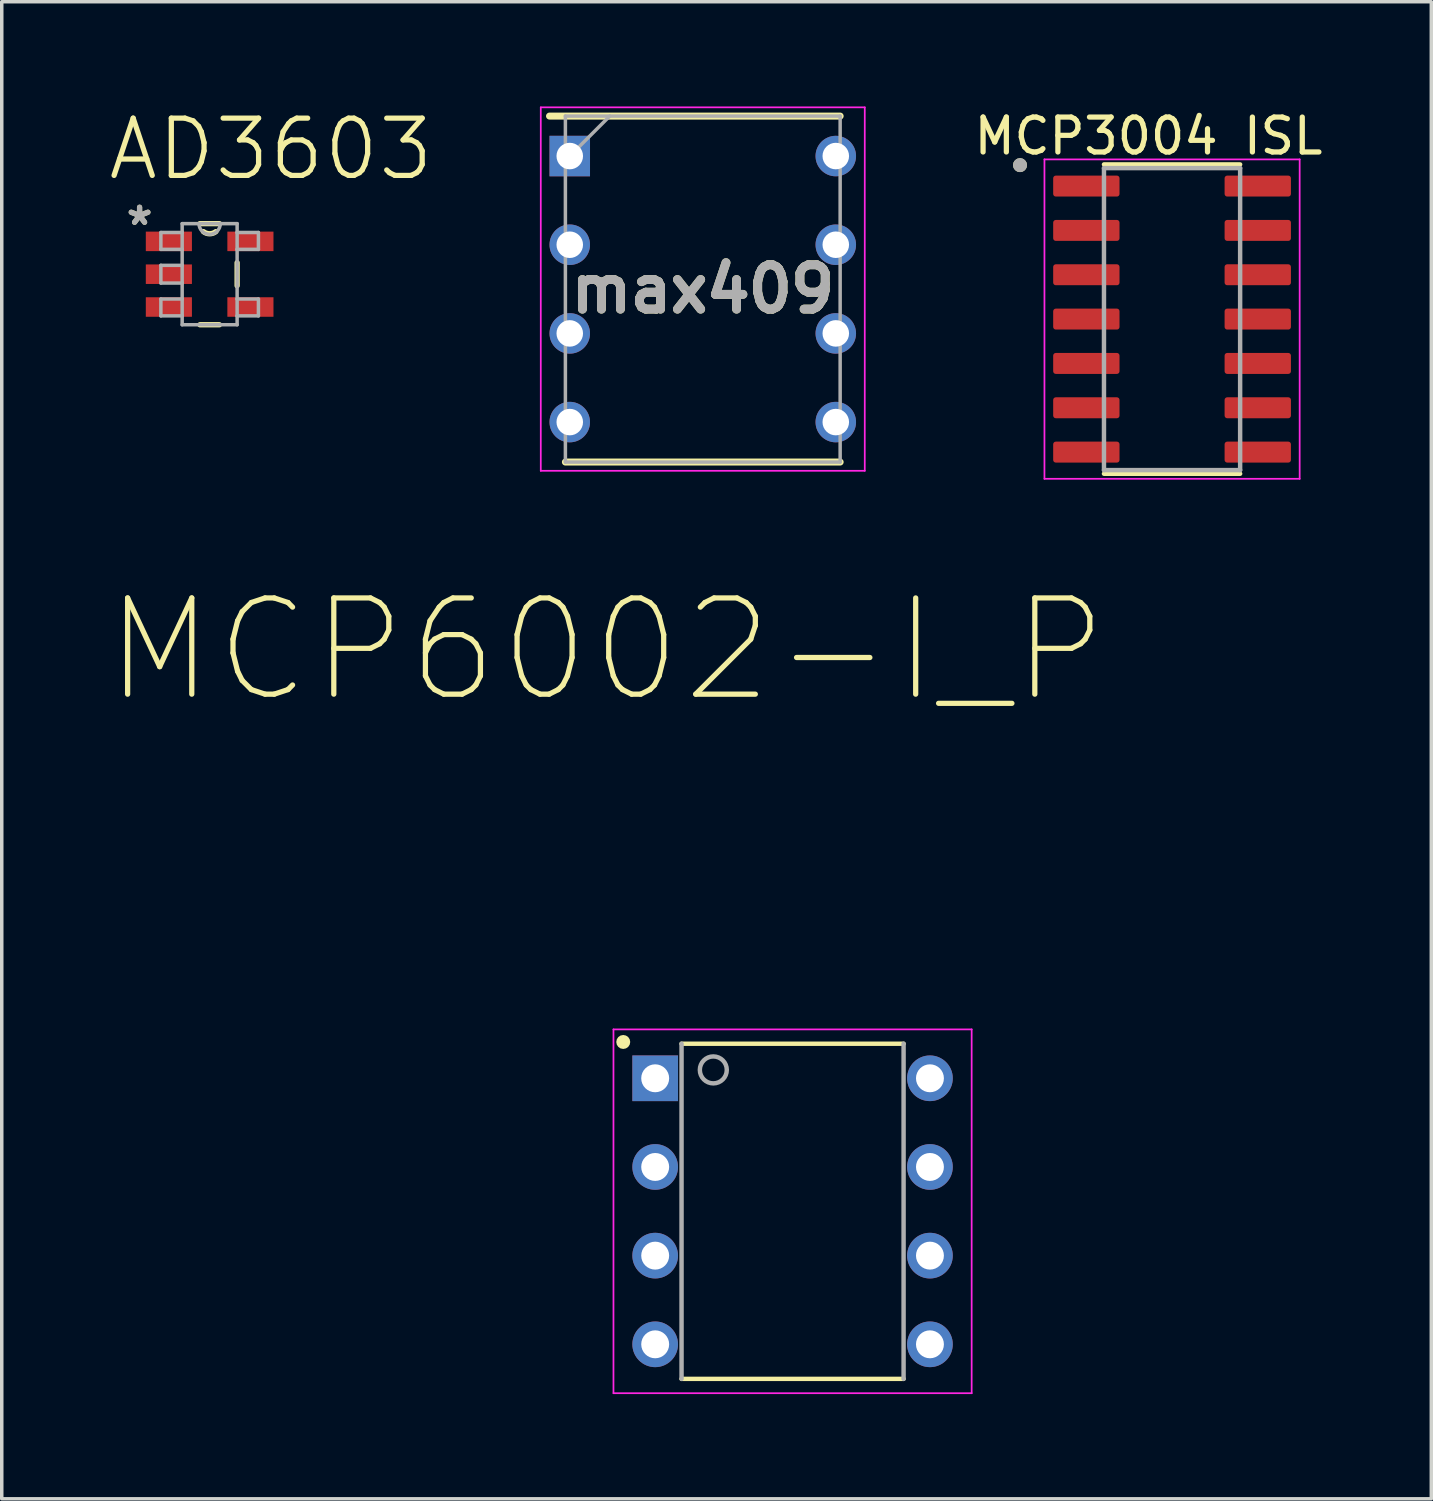
<source format=kicad_pcb>
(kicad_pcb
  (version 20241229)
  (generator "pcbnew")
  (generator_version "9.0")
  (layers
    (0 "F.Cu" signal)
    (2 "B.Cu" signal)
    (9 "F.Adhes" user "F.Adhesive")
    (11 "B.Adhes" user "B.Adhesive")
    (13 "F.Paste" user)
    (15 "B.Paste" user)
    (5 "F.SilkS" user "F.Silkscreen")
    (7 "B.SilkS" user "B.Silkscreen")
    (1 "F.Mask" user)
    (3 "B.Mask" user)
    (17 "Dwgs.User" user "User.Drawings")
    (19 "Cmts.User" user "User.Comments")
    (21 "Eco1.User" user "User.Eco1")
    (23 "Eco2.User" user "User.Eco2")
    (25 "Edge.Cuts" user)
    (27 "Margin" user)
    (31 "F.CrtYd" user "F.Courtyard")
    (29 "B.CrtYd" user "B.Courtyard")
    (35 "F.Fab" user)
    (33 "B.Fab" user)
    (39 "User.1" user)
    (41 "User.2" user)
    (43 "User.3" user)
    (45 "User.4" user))
  (footprint "max409"
    (layer "F.Cu")
    (at 17.08 5.23)
    (property "Reference" "max409" (at 0 0 0) (layer "F.SilkS") (effects (font (size 1.27 1.27) (thickness 0.254))))
    (attr through_hole)
    (fp_line (start -4.39 -4.955) (end 3.935 -4.955) (stroke (width 0.2) (type solid)) (layer "F.SilkS"))
    (fp_line (start -3.935 4.955) (end 3.935 4.955) (stroke (width 0.2) (type solid)) (layer "F.SilkS"))
    (fp_line (start -4.64 -5.205) (end 4.64 -5.205) (stroke (width 0.05) (type solid)) (layer "F.CrtYd"))
    (fp_line (start -4.64 5.205) (end -4.64 -5.205) (stroke (width 0.05) (type solid)) (layer "F.CrtYd"))
    (fp_line (start 4.64 -5.205) (end 4.64 5.205) (stroke (width 0.05) (type solid)) (layer "F.CrtYd"))
    (fp_line (start 4.64 5.205) (end -4.64 5.205) (stroke (width 0.05) (type solid)) (layer "F.CrtYd"))
    (fp_line (start -3.935 -4.955) (end 3.935 -4.955) (stroke (width 0.1) (type solid)) (layer "F.Fab"))
    (fp_line (start -3.935 -3.685) (end -2.665 -4.955) (stroke (width 0.1) (type solid)) (layer "F.Fab"))
    (fp_line (start -3.935 4.955) (end -3.935 -4.955) (stroke (width 0.1) (type solid)) (layer "F.Fab"))
    (fp_line (start 3.935 -4.955) (end 3.935 4.955) (stroke (width 0.1) (type solid)) (layer "F.Fab"))
    (fp_line (start 3.935 4.955) (end -3.935 4.955) (stroke (width 0.1) (type solid)) (layer "F.Fab"))
    (fp_text user "${REFERENCE}" (at 0 0 0) (layer "F.Fab") (effects (font (size 1.27 1.27) (thickness 0.254))))
    (pad "1" thru_hole rect (at -3.81 -3.81) (size 1.16 1.16) (drill 0.76) (layers "*.Cu" "*.Mask"))
    (pad "2" thru_hole circle (at -3.81 -1.27) (size 1.16 1.16) (drill 0.76) (layers "*.Cu" "*.Mask"))
    (pad "3" thru_hole circle (at -3.81 1.27) (size 1.16 1.16) (drill 0.76) (layers "*.Cu" "*.Mask"))
    (pad "4" thru_hole circle (at -3.81 3.81) (size 1.16 1.16) (drill 0.76) (layers "*.Cu" "*.Mask"))
    (pad "5" thru_hole circle (at 3.81 3.81) (size 1.16 1.16) (drill 0.76) (layers "*.Cu" "*.Mask"))
    (pad "6" thru_hole circle (at 3.81 1.27) (size 1.16 1.16) (drill 0.76) (layers "*.Cu" "*.Mask"))
    (pad "7" thru_hole circle (at 3.81 -1.27) (size 1.16 1.16) (drill 0.76) (layers "*.Cu" "*.Mask"))
    (pad "8" thru_hole circle (at 3.81 -3.81) (size 1.16 1.16) (drill 0.76) (layers "*.Cu" "*.Mask")))
  (footprint "MCP6002-I_P"
    (layer "F.Cu")
    (at 19.652 31.646)
    (property "Reference" "MCP6002-I_P" (at -5.332 -16.08 0) (layer "F.SilkS") (effects (font (size 2.756 2.756) (thickness 0.15))))
    (attr through_hole)
    (fp_line (start -3.18 -4.8) (end 3.18 -4.8) (stroke (width 0.127) (type solid)) (layer "F.SilkS"))
    (fp_line (start 3.18 4.8) (end -3.18 4.8) (stroke (width 0.127) (type solid)) (layer "F.SilkS"))
    (fp_circle (center -4.85 -4.85) (end -4.75 -4.85) (stroke (width 0.2) (type solid)) (fill no) (layer "F.SilkS"))
    (fp_line (start -5.13 -5.21) (end -5.13 5.21) (stroke (width 0.05) (type solid)) (layer "F.CrtYd"))
    (fp_line (start -5.13 5.21) (end 5.13 5.21) (stroke (width 0.05) (type solid)) (layer "F.CrtYd"))
    (fp_line (start 5.13 -5.21) (end -5.13 -5.21) (stroke (width 0.05) (type solid)) (layer "F.CrtYd"))
    (fp_line (start 5.13 5.21) (end 5.13 -5.21) (stroke (width 0.05) (type solid)) (layer "F.CrtYd"))
    (fp_line (start -3.18 4.8) (end -3.18 -4.8) (stroke (width 0.127) (type solid)) (layer "F.Fab"))
    (fp_line (start 3.18 -4.8) (end 3.18 4.8) (stroke (width 0.127) (type solid)) (layer "F.Fab"))
    (fp_circle (center -2.27 -4.05) (end -1.884 -4.05) (stroke (width 0.127) (type solid)) (fill no) (layer "F.Fab"))
    (pad "1" thru_hole rect (at -3.935 -3.81) (size 1.308 1.308) (drill 0.8) (layers "*.Cu" "*.Mask"))
    (pad "2" thru_hole circle (at -3.935 -1.27) (size 1.308 1.308) (drill 0.8) (layers "*.Cu" "*.Mask"))
    (pad "3" thru_hole circle (at -3.935 1.27) (size 1.308 1.308) (drill 0.8) (layers "*.Cu" "*.Mask"))
    (pad "4" thru_hole circle (at -3.935 3.81) (size 1.308 1.308) (drill 0.8) (layers "*.Cu" "*.Mask"))
    (pad "5" thru_hole circle (at 3.935 3.81) (size 1.308 1.308) (drill 0.8) (layers "*.Cu" "*.Mask"))
    (pad "6" thru_hole circle (at 3.935 1.27) (size 1.308 1.308) (drill 0.8) (layers "*.Cu" "*.Mask"))
    (pad "7" thru_hole circle (at 3.935 -1.27) (size 1.308 1.308) (drill 0.8) (layers "*.Cu" "*.Mask"))
    (pad "8" thru_hole circle (at 3.935 -3.81) (size 1.308 1.308) (drill 0.8) (layers "*.Cu" "*.Mask")))
  (footprint "MCP3004 ISL"
    (layer "F.Cu")
    (at 30.522 6.09)
    (property "Reference" "MCP3004 ISL" (at -0.675 -5.242 0) (layer "F.SilkS") (effects (font (size 1 1) (thickness 0.15))))
    (attr smd)
    (fp_line (start -1.95 -4.43) (end 1.95 -4.43) (stroke (width 0.127) (type solid)) (layer "F.SilkS"))
    (fp_line (start -1.95 4.43) (end 1.95 4.43) (stroke (width 0.127) (type solid)) (layer "F.SilkS"))
    (fp_circle (center -4.355 -4.41) (end -4.255 -4.41) (stroke (width 0.2) (type solid)) (fill no) (layer "F.SilkS"))
    (fp_line (start -3.655 -4.575) (end -3.655 4.575) (stroke (width 0.05) (type solid)) (layer "F.CrtYd"))
    (fp_line (start -3.655 -4.575) (end 3.655 -4.575) (stroke (width 0.05) (type solid)) (layer "F.CrtYd"))
    (fp_line (start -3.655 4.575) (end 3.655 4.575) (stroke (width 0.05) (type solid)) (layer "F.CrtYd"))
    (fp_line (start 3.655 -4.575) (end 3.655 4.575) (stroke (width 0.05) (type solid)) (layer "F.CrtYd"))
    (fp_line (start -1.95 -4.325) (end -1.95 4.325) (stroke (width 0.127) (type solid)) (layer "F.Fab"))
    (fp_line (start -1.95 -4.325) (end 1.95 -4.325) (stroke (width 0.127) (type solid)) (layer "F.Fab"))
    (fp_line (start -1.95 4.325) (end 1.95 4.325) (stroke (width 0.127) (type solid)) (layer "F.Fab"))
    (fp_line (start 1.95 -4.325) (end 1.95 4.325) (stroke (width 0.127) (type solid)) (layer "F.Fab"))
    (fp_circle (center -4.355 -4.41) (end -4.255 -4.41) (stroke (width 0.2) (type solid)) (fill no) (layer "F.Fab"))
    (pad "1" smd roundrect (at -2.455 -3.81) (size 1.9 0.6) (layers "F.Cu" "F.Mask" "F.Paste") (roundrect_rratio 0.125))
    (pad "2" smd roundrect (at -2.455 -2.54) (size 1.9 0.6) (layers "F.Cu" "F.Mask" "F.Paste") (roundrect_rratio 0.125))
    (pad "3" smd roundrect (at -2.455 -1.27) (size 1.9 0.6) (layers "F.Cu" "F.Mask" "F.Paste") (roundrect_rratio 0.125))
    (pad "4" smd roundrect (at -2.455 0) (size 1.9 0.6) (layers "F.Cu" "F.Mask" "F.Paste") (roundrect_rratio 0.125))
    (pad "5" smd roundrect (at -2.455 1.27) (size 1.9 0.6) (layers "F.Cu" "F.Mask" "F.Paste") (roundrect_rratio 0.125))
    (pad "6" smd roundrect (at -2.455 2.54) (size 1.9 0.6) (layers "F.Cu" "F.Mask" "F.Paste") (roundrect_rratio 0.125))
    (pad "7" smd roundrect (at -2.455 3.81) (size 1.9 0.6) (layers "F.Cu" "F.Mask" "F.Paste") (roundrect_rratio 0.125))
    (pad "8" smd roundrect (at 2.455 3.81) (size 1.9 0.6) (layers "F.Cu" "F.Mask" "F.Paste") (roundrect_rratio 0.125))
    (pad "9" smd roundrect (at 2.455 2.54) (size 1.9 0.6) (layers "F.Cu" "F.Mask" "F.Paste") (roundrect_rratio 0.125))
    (pad "10" smd roundrect (at 2.455 1.27) (size 1.9 0.6) (layers "F.Cu" "F.Mask" "F.Paste") (roundrect_rratio 0.125))
    (pad "11" smd roundrect (at 2.455 0) (size 1.9 0.6) (layers "F.Cu" "F.Mask" "F.Paste") (roundrect_rratio 0.125))
    (pad "12" smd roundrect (at 2.455 -1.27) (size 1.9 0.6) (layers "F.Cu" "F.Mask" "F.Paste") (roundrect_rratio 0.125))
    (pad "13" smd roundrect (at 2.455 -2.54) (size 1.9 0.6) (layers "F.Cu" "F.Mask" "F.Paste") (roundrect_rratio 0.125))
    (pad "14" smd roundrect (at 2.455 -3.81) (size 1.9 0.6) (layers "F.Cu" "F.Mask" "F.Paste") (roundrect_rratio 0.125)))
  (footprint "AD3603"
    (layer "F.Cu")
    (at 2.955 4.804)
    (property "Reference" "AD3603" (at 1.753 -3.581 0) (layer "F.SilkS") (effects (font (size 1.64 1.64) (thickness 0.15))))
    (attr smd)
    (fp_line (start -0.279 1.448) (end 0.279 1.448) (stroke (width 0.152) (type solid)) (layer "F.SilkS"))
    (fp_line (start 0.279 -1.448) (end -0.279 -1.448) (stroke (width 0.152) (type solid)) (layer "F.SilkS"))
    (fp_line (start 0.787 0.33) (end 0.787 -0.33) (stroke (width 0.152) (type solid)) (layer "F.SilkS"))
    (fp_arc (start 0.1778 -1.2192) (mid 0 -1.157979) (end -0.1778 -1.2192) (stroke (width 0.1524) (type solid)) (layer "F.SilkS"))
    (fp_line (start -1.397 -1.194) (end -1.397 -0.711) (stroke (width 0.1) (type solid)) (layer "F.Fab"))
    (fp_line (start -1.397 -0.711) (end -0.787 -0.711) (stroke (width 0.1) (type solid)) (layer "F.Fab"))
    (fp_line (start -1.397 -0.254) (end -1.397 0.254) (stroke (width 0.1) (type solid)) (layer "F.Fab"))
    (fp_line (start -1.397 0.254) (end -0.787 0.254) (stroke (width 0.1) (type solid)) (layer "F.Fab"))
    (fp_line (start -1.397 0.711) (end -1.397 1.194) (stroke (width 0.1) (type solid)) (layer "F.Fab"))
    (fp_line (start -1.397 1.194) (end -0.787 1.194) (stroke (width 0.1) (type solid)) (layer "F.Fab"))
    (fp_line (start -0.787 -1.448) (end -0.787 -1.194) (stroke (width 0.1) (type solid)) (layer "F.Fab"))
    (fp_line (start -0.787 -1.194) (end -1.397 -1.194) (stroke (width 0.1) (type solid)) (layer "F.Fab"))
    (fp_line (start -0.787 -1.194) (end -0.787 -0.711) (stroke (width 0.1) (type solid)) (layer "F.Fab"))
    (fp_line (start -0.787 -0.711) (end -0.787 -0.254) (stroke (width 0.1) (type solid)) (layer "F.Fab"))
    (fp_line (start -0.787 -0.254) (end -1.397 -0.254) (stroke (width 0.1) (type solid)) (layer "F.Fab"))
    (fp_line (start -0.787 -0.254) (end -0.787 0.254) (stroke (width 0.1) (type solid)) (layer "F.Fab"))
    (fp_line (start -0.787 0.254) (end -0.787 0.711) (stroke (width 0.1) (type solid)) (layer "F.Fab"))
    (fp_line (start -0.787 0.711) (end -1.397 0.711) (stroke (width 0.1) (type solid)) (layer "F.Fab"))
    (fp_line (start -0.787 1.194) (end -0.787 0.711) (stroke (width 0.1) (type solid)) (layer "F.Fab"))
    (fp_line (start -0.787 1.448) (end -0.787 1.194) (stroke (width 0.1) (type solid)) (layer "F.Fab"))
    (fp_line (start -0.787 1.448) (end 0.787 1.448) (stroke (width 0.1) (type solid)) (layer "F.Fab"))
    (fp_line (start -0.305 -1.448) (end -0.787 -1.448) (stroke (width 0.1) (type solid)) (layer "F.Fab"))
    (fp_line (start 0.305 -1.448) (end -0.305 -1.448) (stroke (width 0.1) (type solid)) (layer "F.Fab"))
    (fp_line (start 0.787 -1.448) (end 0.305 -1.448) (stroke (width 0.1) (type solid)) (layer "F.Fab"))
    (fp_line (start 0.787 -1.448) (end 0.787 -1.194) (stroke (width 0.1) (type solid)) (layer "F.Fab"))
    (fp_line (start 0.787 -1.194) (end 0.787 -0.711) (stroke (width 0.1) (type solid)) (layer "F.Fab"))
    (fp_line (start 0.787 -0.711) (end 1.397 -0.711) (stroke (width 0.1) (type solid)) (layer "F.Fab"))
    (fp_line (start 0.787 0.711) (end 0.787 -0.711) (stroke (width 0.1) (type solid)) (layer "F.Fab"))
    (fp_line (start 0.787 1.194) (end 0.787 0.711) (stroke (width 0.1) (type solid)) (layer "F.Fab"))
    (fp_line (start 0.787 1.194) (end 1.397 1.194) (stroke (width 0.1) (type solid)) (layer "F.Fab"))
    (fp_line (start 0.787 1.448) (end 0.787 1.194) (stroke (width 0.1) (type solid)) (layer "F.Fab"))
    (fp_line (start 1.397 -1.194) (end 0.787 -1.194) (stroke (width 0.1) (type solid)) (layer "F.Fab"))
    (fp_line (start 1.397 -0.711) (end 1.397 -1.194) (stroke (width 0.1) (type solid)) (layer "F.Fab"))
    (fp_line (start 1.397 0.711) (end 0.787 0.711) (stroke (width 0.1) (type solid)) (layer "F.Fab"))
    (fp_line (start 1.397 1.194) (end 1.397 0.711) (stroke (width 0.1) (type solid)) (layer "F.Fab"))
    (fp_arc (start 0.3048 -1.4478) (mid 0 -1.143) (end -0.3048 -1.4478) (stroke (width 0.1) (type solid)) (layer "F.Fab"))
    (fp_text user "*" (at -2.007 -1.372 0) (layer "F.SilkS") (effects (font (size 1 1) (thickness 0.15))))
    (fp_text user "*" (at -2.007 -1.372 0) (layer "F.Fab") (effects (font (size 1 1) (thickness 0.15))))
    (pad "1" smd rect (at -1.168 -0.94) (size 1.321 0.559) (layers "F.Cu" "F.Mask" "F.Paste"))
    (pad "2" smd rect (at -1.168 0) (size 1.321 0.559) (layers "F.Cu" "F.Mask" "F.Paste"))
    (pad "3" smd rect (at -1.168 0.94) (size 1.321 0.559) (layers "F.Cu" "F.Mask" "F.Paste"))
    (pad "4" smd rect (at 1.168 0.94) (size 1.321 0.559) (layers "F.Cu" "F.Mask" "F.Paste"))
    (pad "5" smd rect (at 1.168 -0.94) (size 1.321 0.559) (layers "F.Cu" "F.Mask" "F.Paste")))
  (gr_rect
    (start -3 -3)
    (end 37.948 39.881)
    (stroke (width 0.1) (type default))
    (fill no)
    (layer "Edge.Cuts")))
</source>
